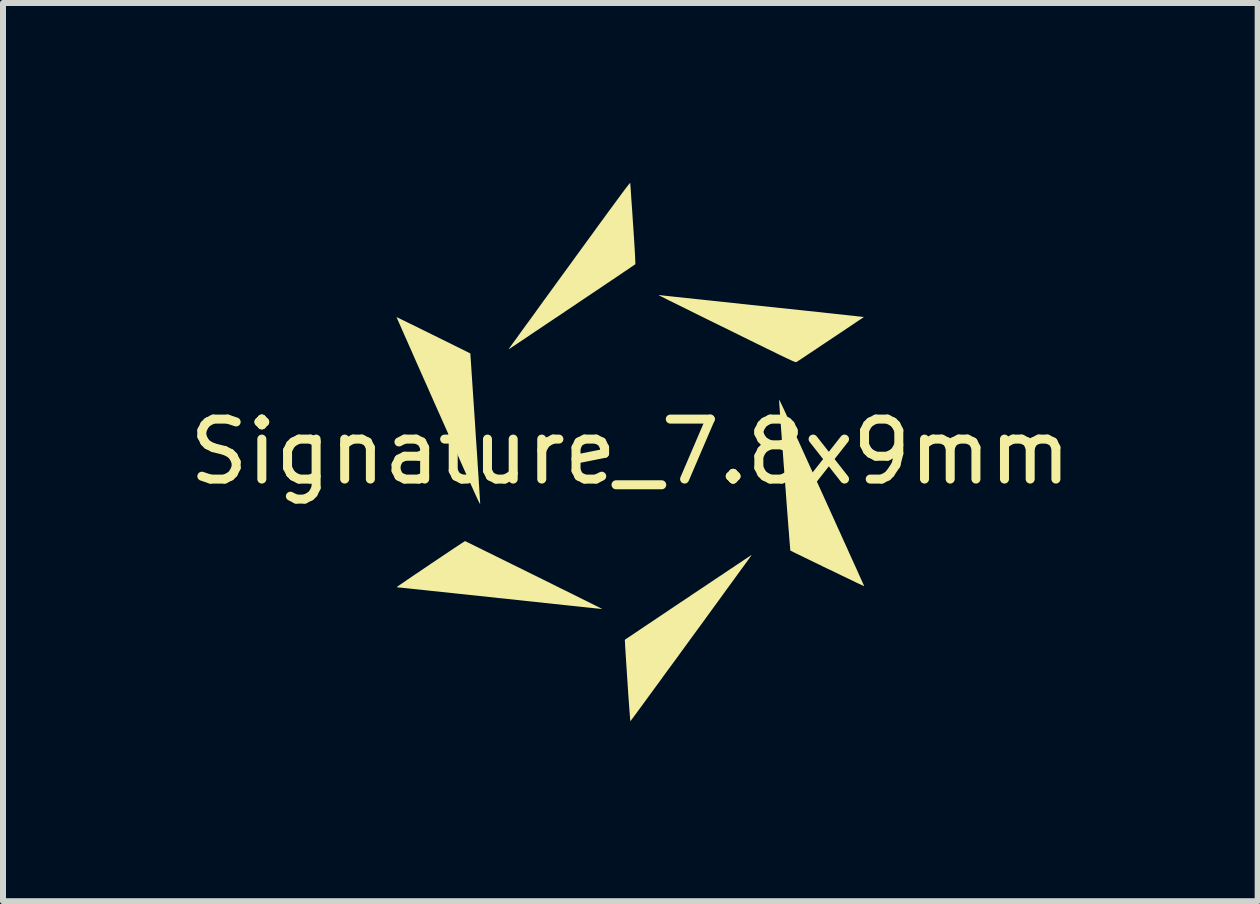
<source format=kicad_pcb>
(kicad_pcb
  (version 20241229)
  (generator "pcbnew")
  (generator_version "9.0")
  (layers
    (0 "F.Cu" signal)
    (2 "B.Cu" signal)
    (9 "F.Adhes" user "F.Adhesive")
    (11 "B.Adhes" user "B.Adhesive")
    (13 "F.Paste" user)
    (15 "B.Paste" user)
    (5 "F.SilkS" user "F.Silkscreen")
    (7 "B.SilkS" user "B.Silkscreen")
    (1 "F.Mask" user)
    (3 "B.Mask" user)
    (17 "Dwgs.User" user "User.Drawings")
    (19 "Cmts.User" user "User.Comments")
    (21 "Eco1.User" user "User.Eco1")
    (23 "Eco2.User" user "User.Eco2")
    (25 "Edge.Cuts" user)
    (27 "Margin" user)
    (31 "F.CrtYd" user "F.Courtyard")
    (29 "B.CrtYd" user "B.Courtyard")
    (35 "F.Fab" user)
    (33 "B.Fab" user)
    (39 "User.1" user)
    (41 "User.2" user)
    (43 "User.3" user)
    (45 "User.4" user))
  (footprint "Signature_7.8x9mm"
    (layer "F.Cu")
    (at 7.458 4.482)
    (property "Reference" "Signature_7.8x9mm" (at 0 0 0) (layer "F.SilkS") (effects (font (size 1 1) (thickness 0.15))))
    (attr board_only exclude_from_pos_files exclude_from_bom allow_missing_courtyard)
    (fp_poly (pts (xy -3.89 -2.242) (xy -3.872 -2.234) (xy -3.843 -2.22) (xy -3.804 -2.201) (xy -3.755 -2.177) (xy -3.698 -2.149) (xy -3.634 -2.118) (xy -3.563 -2.083) (xy -3.487 -2.045) (xy -3.405 -2.005) (xy -3.32 -1.963) (xy -3.281 -1.944) (xy -2.667 -1.64) (xy -2.584 -0.398) (xy -2.576 -0.266) (xy -2.567 -0.138) (xy -2.559 -0.015) (xy -2.551 0.104) (xy -2.544 0.217) (xy -2.537 0.323) (xy -2.53 0.423) (xy -2.525 0.514) (xy -2.519 0.596) (xy -2.515 0.669) (xy -2.511 0.732) (xy -2.508 0.784) (xy -2.505 0.825) (xy -2.504 0.853) (xy -2.503 0.868) (xy -2.503 0.87) (xy -2.504 0.871) (xy -2.507 0.867) (xy -2.512 0.859) (xy -2.519 0.845) (xy -2.529 0.826) (xy -2.541 0.801) (xy -2.556 0.769) (xy -2.574 0.73) (xy -2.595 0.685) (xy -2.619 0.631) (xy -2.647 0.569) (xy -2.679 0.499) (xy -2.715 0.419) (xy -2.755 0.33) (xy -2.799 0.232) (xy -2.847 0.123) (xy -2.9 0.004) (xy -2.959 -0.127) (xy -3.022 -0.269) (xy -3.09 -0.423) (xy -3.164 -0.589) (xy -3.202 -0.674) (xy -3.265 -0.815) (xy -3.326 -0.953) (xy -3.385 -1.087) (xy -3.443 -1.217) (xy -3.498 -1.341) (xy -3.551 -1.46) (xy -3.601 -1.573) (xy -3.647 -1.679) (xy -3.691 -1.777) (xy -3.731 -1.868) (xy -3.768 -1.951) (xy -3.8 -2.024) (xy -3.828 -2.088) (xy -3.852 -2.142) (xy -3.871 -2.185) (xy -3.885 -2.217) (xy -3.894 -2.237) (xy -3.897 -2.245) (xy -3.897 -2.245)) (stroke (width 0) (type solid)) (fill yes) (layer "F.SilkS"))
    (fp_poly (pts (xy 2.02 1.724) (xy 2.008 1.741) (xy 1.989 1.768) (xy 1.963 1.804) (xy 1.93 1.85) (xy 1.891 1.904) (xy 1.846 1.965) (xy 1.796 2.034) (xy 1.741 2.11) (xy 1.682 2.191) (xy 1.618 2.278) (xy 1.552 2.37) (xy 1.482 2.466) (xy 1.409 2.566) (xy 1.334 2.669) (xy 1.258 2.774) (xy 1.18 2.881) (xy 1.101 2.989) (xy 1.021 3.098) (xy 0.942 3.207) (xy 0.863 3.315) (xy 0.785 3.423) (xy 0.708 3.528) (xy 0.632 3.631) (xy 0.559 3.731) (xy 0.489 3.828) (xy 0.421 3.92) (xy 0.357 4.008) (xy 0.297 4.09) (xy 0.241 4.167) (xy 0.19 4.236) (xy 0.144 4.299) (xy 0.104 4.354) (xy 0.069 4.401) (xy 0.042 4.438) (xy 0.021 4.466) (xy 0.007 4.484) (xy 0.002 4.492) (xy 0.002 4.492) (xy 0.000331 4.485) (xy -0.002 4.465) (xy -0.005 4.433) (xy -0.008 4.39) (xy -0.012 4.337) (xy -0.017 4.274) (xy -0.022 4.203) (xy -0.028 4.125) (xy -0.034 4.04) (xy -0.04 3.949) (xy -0.046 3.854) (xy -0.049 3.815) (xy -0.055 3.719) (xy -0.061 3.626) (xy -0.067 3.539) (xy -0.072 3.457) (xy -0.077 3.383) (xy -0.081 3.316) (xy -0.085 3.258) (xy -0.087 3.21) (xy -0.089 3.173) (xy -0.091 3.148) (xy -0.091 3.136) (xy -0.091 3.134) (xy -0.084 3.129) (xy -0.066 3.117) (xy -0.038 3.098) (xy -0.000334 3.073) (xy 0.046 3.042) (xy 0.101 3.005) (xy 0.163 2.963) (xy 0.231 2.917) (xy 0.306 2.867) (xy 0.386 2.814) (xy 0.47 2.757) (xy 0.558 2.698) (xy 0.649 2.637) (xy 0.743 2.574) (xy 0.838 2.51) (xy 0.935 2.446) (xy 1.031 2.381) (xy 1.127 2.317) (xy 1.222 2.254) (xy 1.315 2.191) (xy 1.405 2.131) (xy 1.492 2.073) (xy 1.575 2.018) (xy 1.653 1.965) (xy 1.726 1.917) (xy 1.792 1.872) (xy 1.852 1.833) (xy 1.903 1.798) (xy 1.947 1.769) (xy 1.982 1.746) (xy 2.006 1.73) (xy 2.021 1.72) (xy 2.024 1.718)) (stroke (width 0) (type solid)) (fill yes) (layer "F.SilkS"))
    (fp_poly (pts (xy -0.001 -4.481) (xy -0.000267 -4.471) (xy 0.001 -4.449) (xy 0.004 -4.414) (xy 0.007 -4.368) (xy 0.011 -4.312) (xy 0.015 -4.247) (xy 0.02 -4.174) (xy 0.026 -4.093) (xy 0.032 -4.007) (xy 0.038 -3.916) (xy 0.044 -3.821) (xy 0.046 -3.798) (xy 0.054 -3.677) (xy 0.061 -3.571) (xy 0.067 -3.477) (xy 0.072 -3.396) (xy 0.076 -3.327) (xy 0.079 -3.269) (xy 0.081 -3.221) (xy 0.083 -3.184) (xy 0.084 -3.156) (xy 0.084 -3.138) (xy 0.083 -3.128) (xy 0.082 -3.126) (xy 0.076 -3.121) (xy 0.058 -3.109) (xy 0.031 -3.091) (xy -0.006 -3.066) (xy -0.052 -3.034) (xy -0.107 -2.998) (xy -0.168 -2.956) (xy -0.236 -2.91) (xy -0.311 -2.86) (xy -0.39 -2.807) (xy -0.474 -2.75) (xy -0.562 -2.691) (xy -0.653 -2.63) (xy -0.746 -2.568) (xy -0.841 -2.504) (xy -0.937 -2.439) (xy -1.033 -2.375) (xy -1.129 -2.31) (xy -1.224 -2.247) (xy -1.316 -2.185) (xy -1.406 -2.125) (xy -1.492 -2.067) (xy -1.574 -2.012) (xy -1.652 -1.96) (xy -1.724 -1.911) (xy -1.789 -1.867) (xy -1.848 -1.828) (xy -1.899 -1.794) (xy -1.941 -1.766) (xy -1.975 -1.743) (xy -1.998 -1.728) (xy -2.009 -1.721) (xy -2.022 -1.713) (xy -2.026 -1.713) (xy -2.024 -1.718) (xy -2.019 -1.725) (xy -2.006 -1.743) (xy -1.986 -1.771) (xy -1.959 -1.809) (xy -1.924 -1.856) (xy -1.883 -1.912) (xy -1.837 -1.977) (xy -1.784 -2.05) (xy -1.726 -2.13) (xy -1.662 -2.217) (xy -1.594 -2.311) (xy -1.522 -2.411) (xy -1.446 -2.516) (xy -1.366 -2.626) (xy -1.283 -2.74) (xy -1.197 -2.859) (xy -1.108 -2.981) (xy -1.017 -3.106) (xy -1.01 -3.115) (xy -0.901 -3.266) (xy -0.799 -3.406) (xy -0.705 -3.535) (xy -0.618 -3.654) (xy -0.539 -3.764) (xy -0.466 -3.863) (xy -0.4 -3.954) (xy -0.34 -4.036) (xy -0.286 -4.109) (xy -0.238 -4.174) (xy -0.195 -4.232) (xy -0.158 -4.283) (xy -0.125 -4.327) (xy -0.097 -4.365) (xy -0.073 -4.396) (xy -0.053 -4.422) (xy -0.037 -4.443) (xy -0.024 -4.459) (xy -0.014 -4.47) (xy -0.008 -4.478) (xy -0.003 -4.481) (xy -0.001 -4.482)) (stroke (width 0) (type solid)) (fill yes) (layer "F.SilkS"))
    (fp_poly (pts (xy 0.489 -2.612) (xy 0.491 -2.612) (xy 0.5 -2.611) (xy 0.522 -2.608) (xy 0.557 -2.604) (xy 0.605 -2.599) (xy 0.664 -2.593) (xy 0.733 -2.585) (xy 0.814 -2.577) (xy 0.904 -2.567) (xy 1.003 -2.557) (xy 1.11 -2.545) (xy 1.226 -2.533) (xy 1.349 -2.52) (xy 1.478 -2.506) (xy 1.613 -2.492) (xy 1.754 -2.477) (xy 1.9 -2.461) (xy 2.05 -2.445) (xy 2.203 -2.429) (xy 2.356 -2.413) (xy 2.505 -2.397) (xy 2.65 -2.382) (xy 2.79 -2.367) (xy 2.925 -2.352) (xy 3.053 -2.339) (xy 3.175 -2.326) (xy 3.289 -2.313) (xy 3.395 -2.302) (xy 3.493 -2.291) (xy 3.581 -2.282) (xy 3.66 -2.273) (xy 3.729 -2.266) (xy 3.786 -2.259) (xy 3.832 -2.254) (xy 3.865 -2.25) (xy 3.886 -2.248) (xy 3.893 -2.247) (xy 3.893 -2.247) (xy 3.887 -2.243) (xy 3.871 -2.231) (xy 3.844 -2.213) (xy 3.809 -2.19) (xy 3.766 -2.161) (xy 3.716 -2.127) (xy 3.661 -2.09) (xy 3.6 -2.049) (xy 3.536 -2.006) (xy 3.468 -1.961) (xy 3.399 -1.915) (xy 3.329 -1.868) (xy 3.258 -1.821) (xy 3.189 -1.775) (xy 3.122 -1.73) (xy 3.058 -1.687) (xy 2.997 -1.647) (xy 2.942 -1.61) (xy 2.893 -1.577) (xy 2.85 -1.549) (xy 2.816 -1.526) (xy 2.79 -1.51) (xy 2.774 -1.499) (xy 2.771 -1.497) (xy 2.768 -1.496) (xy 2.765 -1.495) (xy 2.761 -1.495) (xy 2.755 -1.496) (xy 2.748 -1.498) (xy 2.737 -1.502) (xy 2.723 -1.507) (xy 2.706 -1.514) (xy 2.684 -1.524) (xy 2.657 -1.537) (xy 2.624 -1.552) (xy 2.586 -1.57) (xy 2.54 -1.592) (xy 2.488 -1.617) (xy 2.428 -1.646) (xy 2.36 -1.68) (xy 2.282 -1.717) (xy 2.196 -1.76) (xy 2.099 -1.807) (xy 1.992 -1.86) (xy 1.874 -1.918) (xy 1.744 -1.982) (xy 1.617 -2.045) (xy 1.498 -2.103) (xy 1.382 -2.16) (xy 1.27 -2.215) (xy 1.163 -2.268) (xy 1.062 -2.318) (xy 0.966 -2.366) (xy 0.877 -2.41) (xy 0.795 -2.45) (xy 0.721 -2.487) (xy 0.655 -2.519) (xy 0.599 -2.547) (xy 0.552 -2.571) (xy 0.516 -2.589) (xy 0.491 -2.602) (xy 0.478 -2.608) (xy 0.476 -2.61) (xy 0.477 -2.613)) (stroke (width 0) (type solid)) (fill yes) (layer "F.SilkS"))
    (fp_poly (pts (xy 2.482 -0.868) (xy 2.487 -0.859) (xy 2.496 -0.842) (xy 2.509 -0.815) (xy 2.526 -0.78) (xy 2.547 -0.736) (xy 2.572 -0.682) (xy 2.601 -0.619) (xy 2.635 -0.545) (xy 2.674 -0.462) (xy 2.717 -0.367) (xy 2.765 -0.262) (xy 2.819 -0.145) (xy 2.877 -0.017) (xy 2.94 0.122) (xy 3.009 0.274) (xy 3.084 0.438) (xy 3.164 0.614) (xy 3.18 0.65) (xy 3.257 0.819) (xy 3.328 0.976) (xy 3.394 1.121) (xy 3.454 1.255) (xy 3.51 1.377) (xy 3.56 1.489) (xy 3.607 1.591) (xy 3.648 1.684) (xy 3.686 1.767) (xy 3.72 1.842) (xy 3.75 1.908) (xy 3.777 1.967) (xy 3.8 2.018) (xy 3.82 2.063) (xy 3.837 2.101) (xy 3.852 2.134) (xy 3.864 2.161) (xy 3.874 2.183) (xy 3.882 2.201) (xy 3.888 2.215) (xy 3.892 2.225) (xy 3.895 2.233) (xy 3.897 2.238) (xy 3.898 2.24) (xy 3.898 2.241) (xy 3.897 2.241) (xy 3.897 2.241) (xy 3.896 2.24) (xy 3.895 2.239) (xy 3.894 2.239) (xy 3.887 2.236) (xy 3.869 2.227) (xy 3.839 2.213) (xy 3.799 2.194) (xy 3.75 2.171) (xy 3.693 2.143) (xy 3.628 2.112) (xy 3.557 2.078) (xy 3.48 2.041) (xy 3.398 2.001) (xy 3.312 1.96) (xy 3.282 1.946) (xy 3.195 1.904) (xy 3.112 1.863) (xy 3.033 1.825) (xy 2.959 1.789) (xy 2.892 1.757) (xy 2.832 1.727) (xy 2.78 1.702) (xy 2.737 1.681) (xy 2.703 1.664) (xy 2.681 1.653) (xy 2.669 1.647) (xy 2.668 1.646) (xy 2.667 1.639) (xy 2.665 1.619) (xy 2.663 1.586) (xy 2.659 1.541) (xy 2.654 1.486) (xy 2.649 1.421) (xy 2.644 1.347) (xy 2.637 1.265) (xy 2.63 1.176) (xy 2.623 1.081) (xy 2.615 0.98) (xy 2.607 0.875) (xy 2.599 0.766) (xy 2.591 0.654) (xy 2.582 0.54) (xy 2.573 0.425) (xy 2.565 0.309) (xy 2.556 0.195) (xy 2.548 0.081) (xy 2.54 -0.03) (xy 2.532 -0.138) (xy 2.524 -0.242) (xy 2.517 -0.34) (xy 2.51 -0.434) (xy 2.504 -0.52) (xy 2.498 -0.599) (xy 2.493 -0.67) (xy 2.489 -0.731) (xy 2.485 -0.782) (xy 2.483 -0.823) (xy 2.481 -0.851) (xy 2.48 -0.867) (xy 2.48 -0.869)) (stroke (width 0) (type solid)) (fill yes) (layer "F.SilkS"))
    (fp_poly (pts (xy -2.754 1.489) (xy -2.747 1.492) (xy -2.728 1.502) (xy -2.697 1.517) (xy -2.657 1.536) (xy -2.607 1.561) (xy -2.548 1.59) (xy -2.481 1.623) (xy -2.407 1.66) (xy -2.326 1.699) (xy -2.24 1.742) (xy -2.149 1.787) (xy -2.054 1.834) (xy -1.955 1.883) (xy -1.854 1.932) (xy -1.751 1.983) (xy -1.647 2.035) (xy -1.543 2.086) (xy -1.44 2.137) (xy -1.337 2.188) (xy -1.237 2.238) (xy -1.14 2.286) (xy -1.046 2.332) (xy -0.957 2.376) (xy -0.873 2.418) (xy -0.795 2.457) (xy -0.724 2.492) (xy -0.66 2.524) (xy -0.604 2.552) (xy -0.558 2.575) (xy -0.521 2.593) (xy -0.495 2.606) (xy -0.48 2.614) (xy -0.477 2.615) (xy -0.476 2.616) (xy -0.473 2.617) (xy -0.471 2.618) (xy -0.468 2.619) (xy -0.466 2.619) (xy -0.464 2.62) (xy -0.465 2.62) (xy -0.468 2.62) (xy -0.473 2.62) (xy -0.481 2.619) (xy -0.493 2.618) (xy -0.509 2.617) (xy -0.53 2.615) (xy -0.556 2.612) (xy -0.588 2.609) (xy -0.626 2.605) (xy -0.67 2.6) (xy -0.722 2.595) (xy -0.782 2.588) (xy -0.85 2.581) (xy -0.926 2.573) (xy -1.012 2.564) (xy -1.107 2.554) (xy -1.213 2.542) (xy -1.33 2.53) (xy -1.458 2.516) (xy -1.598 2.501) (xy -1.75 2.485) (xy -1.915 2.467) (xy -2.093 2.448) (xy -2.166 2.441) (xy -2.318 2.424) (xy -2.467 2.408) (xy -2.613 2.393) (xy -2.753 2.378) (xy -2.888 2.364) (xy -3.017 2.35) (xy -3.139 2.337) (xy -3.254 2.325) (xy -3.361 2.314) (xy -3.459 2.303) (xy -3.549 2.294) (xy -3.628 2.286) (xy -3.698 2.278) (xy -3.756 2.272) (xy -3.803 2.267) (xy -3.837 2.264) (xy -3.859 2.262) (xy -3.867 2.261) (xy -3.884 2.26) (xy -3.893 2.256) (xy -3.893 2.255) (xy -3.887 2.251) (xy -3.871 2.239) (xy -3.844 2.22) (xy -3.809 2.196) (xy -3.766 2.167) (xy -3.716 2.132) (xy -3.661 2.095) (xy -3.6 2.053) (xy -3.535 2.01) (xy -3.468 1.964) (xy -3.398 1.917) (xy -3.327 1.869) (xy -3.257 1.822) (xy -3.187 1.775) (xy -3.119 1.729) (xy -3.054 1.686) (xy -2.993 1.645) (xy -2.936 1.607) (xy -2.886 1.574) (xy -2.842 1.545) (xy -2.806 1.521) (xy -2.779 1.504) (xy -2.761 1.493) (xy -2.754 1.489)) (stroke (width 0) (type solid)) (fill yes) (layer "F.SilkS")))
  (gr_rect
    (start -3 -3)
    (end 17.917 11.974)
    (stroke (width 0.1) (type default))
    (fill no)
    (layer "Edge.Cuts")))
</source>
